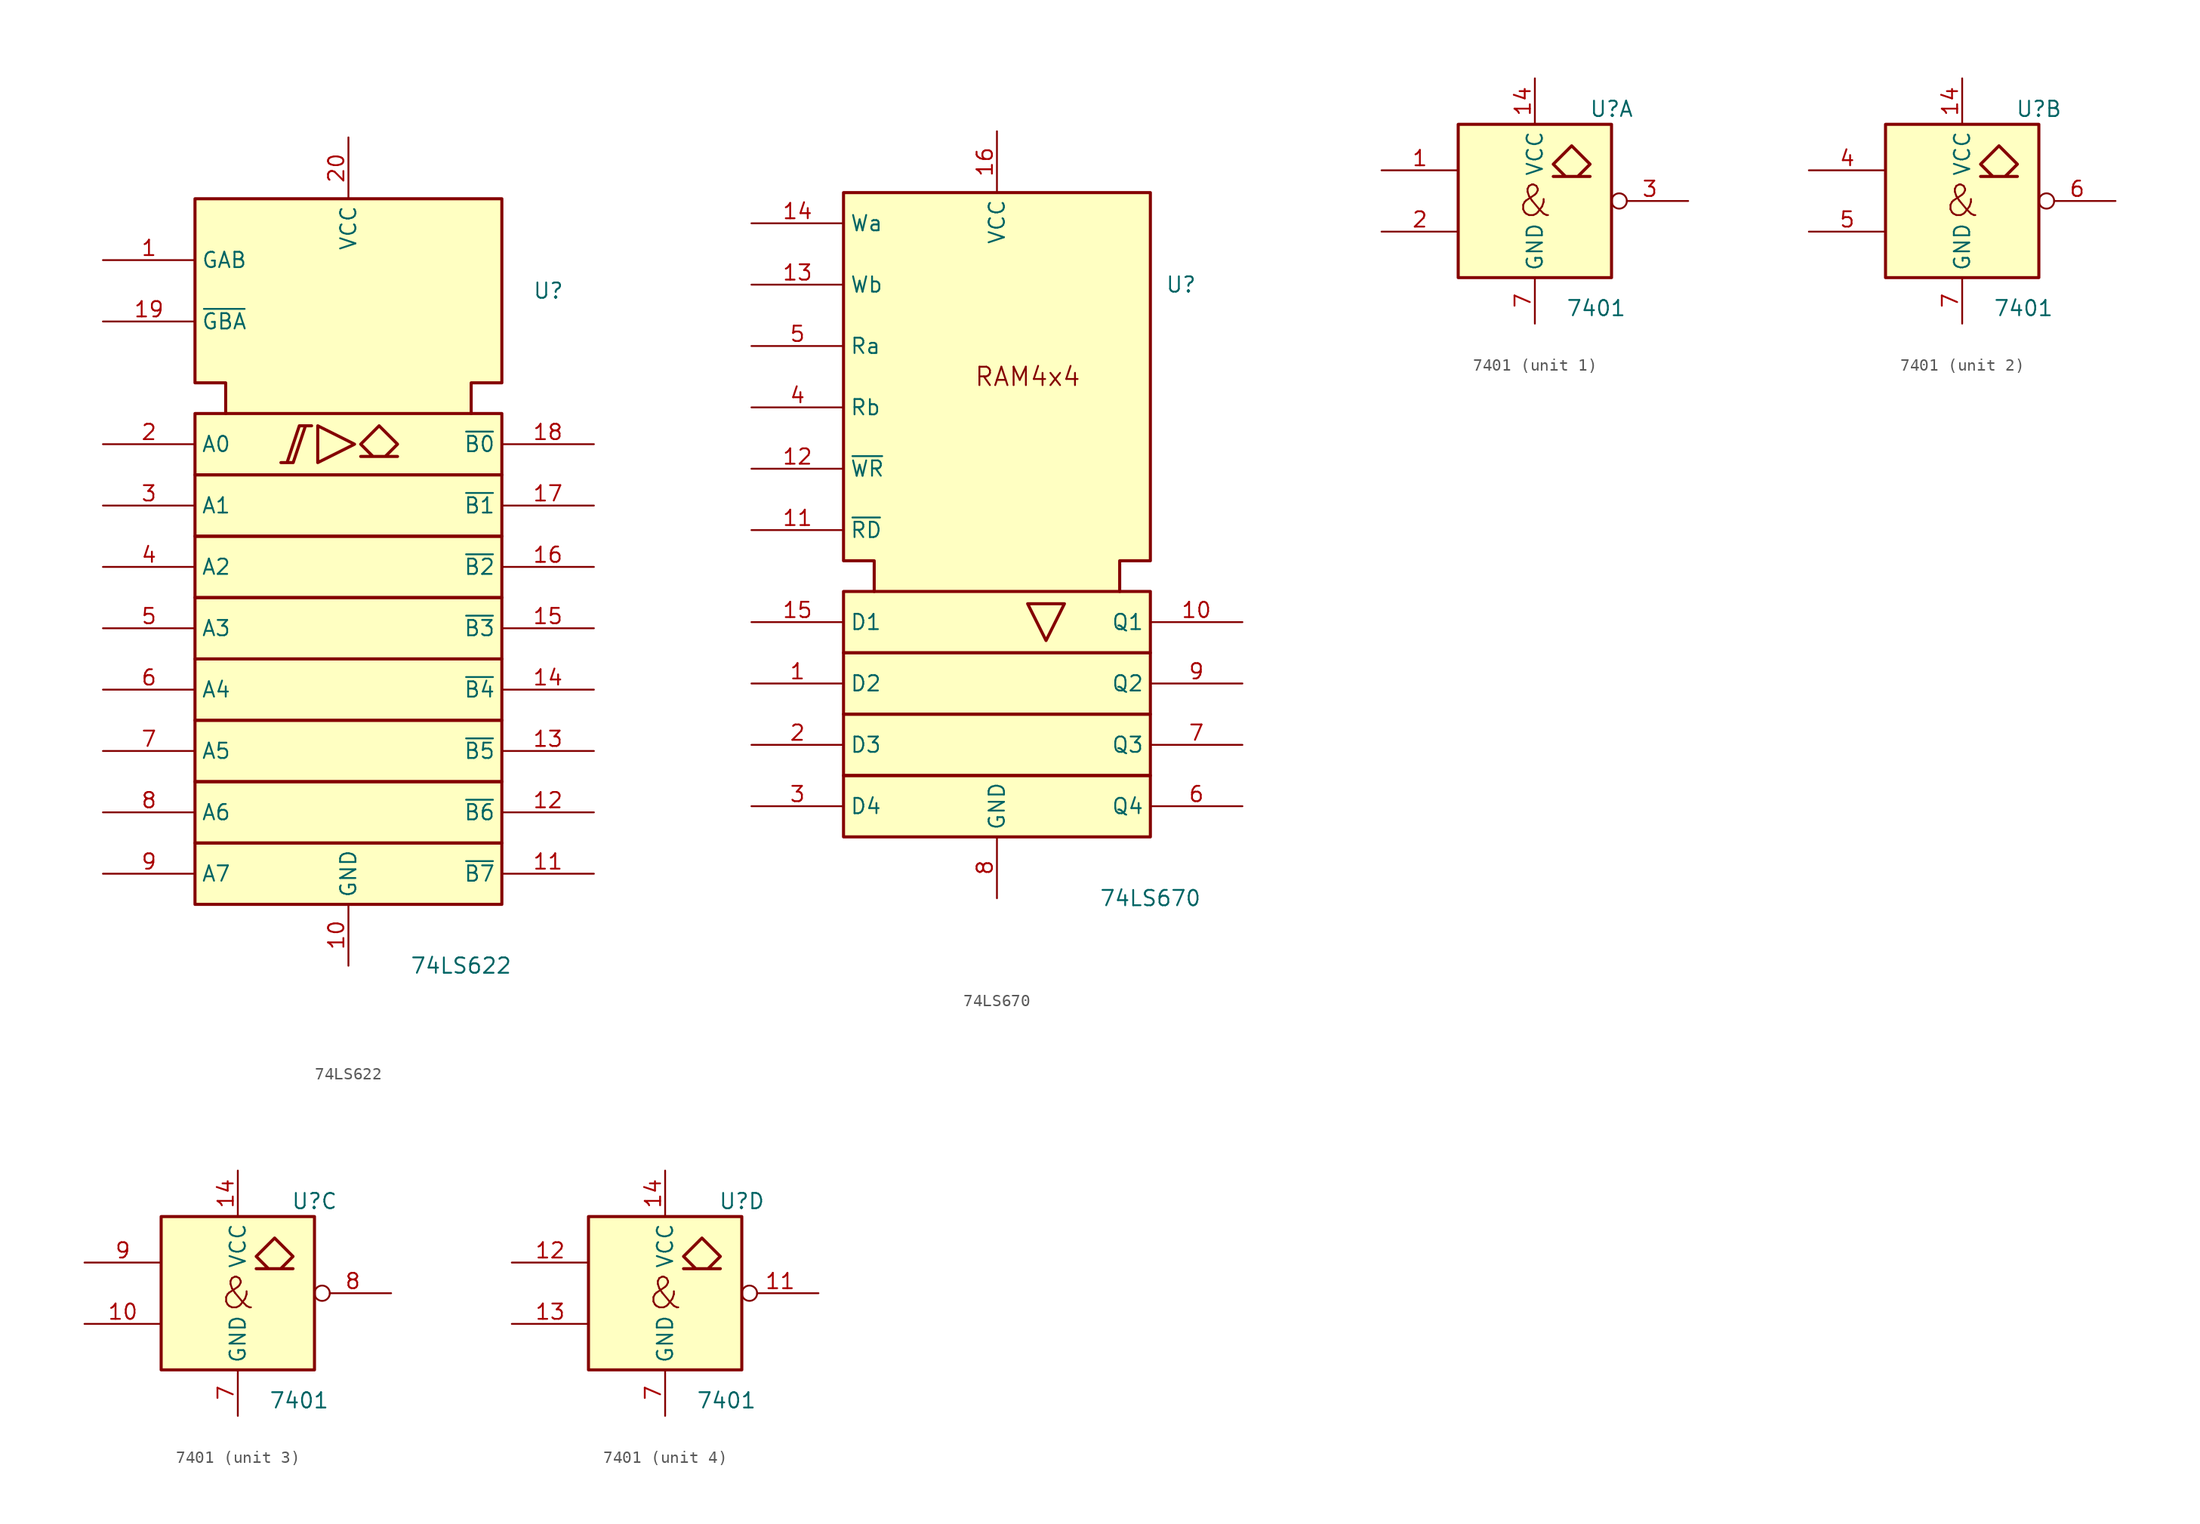
<source format=kicad_sym>
(kicad_symbol_lib
  (version 20220914)
  (generator kicad_symbol_editor)
  (symbol "74LS622"
    (property "Reference" "U"
      (at 15.24 25.4 0)
      (effects (font (size 1.27 1.27)) (justify left)))
    (property "Value" "74LS622"
      (at 5.08 -30.48 0)
      (effects (font (size 1.27 1.27)) (justify left)))
    (symbol "74LS622_0_0"
      (polyline (pts (xy -2.54 14.224) (xy -2.54 11.176) (xy 0.508 12.7) (xy -2.54 14.224) (xy -2.54 14.224)) (stroke (width 0.254) (type default)) (fill (type background)))
      (polyline (pts (xy -4.572 11.176) (xy -5.588 11.176) (xy -4.572 11.176) (xy -3.556 14.224) (xy -3.048 14.224) (xy -4.064 14.224) (xy -5.08 11.176) (xy -5.08 11.176)) (stroke (width 0.254) (type default)) (fill (type background)))
      (polyline (pts (xy 2.54 14.224) (xy 4.064 12.7) (xy 3.048 11.684) (xy 4.064 11.684) (xy 1.016 11.684) (xy 2.032 11.684) (xy 1.016 12.7) (xy 2.54 14.224) (xy 2.54 14.224)) (stroke (width 0.254) (type default)) (fill (type background)))
      (pin power_in line (at 0 -30.48 90) (length 5.08) (name "GND" (effects (font (size 1.27 1.27)))) (number "10" (effects (font (size 1.27 1.27)))))
      (pin power_in line (at 0 38.1 270) (length 5.08) (name "VCC" (effects (font (size 1.27 1.27)))) (number "20" (effects (font (size 1.27 1.27))))))
    (symbol "74LS622_0_1"
      (rectangle (start -12.7 -20.32) (end 12.7 -25.4) (stroke (width 0.254) (type default)) (fill (type background)))
      (rectangle (start -12.7 -15.24) (end 12.7 -20.32) (stroke (width 0.254) (type default)) (fill (type background)))
      (rectangle (start -12.7 -10.16) (end 12.7 -15.24) (stroke (width 0.254) (type default)) (fill (type background)))
      (rectangle (start -12.7 -5.08) (end 12.7 -10.16) (stroke (width 0.254) (type default)) (fill (type background)))
      (rectangle (start -12.7 0) (end 12.7 -5.08) (stroke (width 0.254) (type default)) (fill (type background)))
      (rectangle (start -12.7 5.08) (end 12.7 0) (stroke (width 0.254) (type default)) (fill (type background)))
      (rectangle (start -12.7 10.16) (end 12.7 5.08) (stroke (width 0.254) (type default)) (fill (type background)))
      (rectangle (start -12.7 15.24) (end 12.7 10.16) (stroke (width 0.254) (type default)) (fill (type background)))
      (polyline (pts (xy -10.16 15.24) (xy -10.16 17.78) (xy -12.7 17.78) (xy -12.7 33.02) (xy 12.7 33.02) (xy 12.7 17.78) (xy 10.16 17.78) (xy 10.16 15.24) (xy 10.16 15.24)) (stroke (width 0.254) (type default)) (fill (type background))))
    (symbol "74LS622_1_1"
      (pin input line (at -20.32 27.94 0) (length 7.62) (name "GAB" (effects (font (size 1.27 1.27)))) (number "1" (effects (font (size 1.27 1.27)))))
      (pin tri_state line (at 20.32 -22.86 180) (length 7.62) (name "~{B7}" (effects (font (size 1.27 1.27)))) (number "11" (effects (font (size 1.27 1.27)))))
      (pin tri_state line (at 20.32 -17.78 180) (length 7.62) (name "~{B6}" (effects (font (size 1.27 1.27)))) (number "12" (effects (font (size 1.27 1.27)))))
      (pin tri_state line (at 20.32 -12.7 180) (length 7.62) (name "~{B5}" (effects (font (size 1.27 1.27)))) (number "13" (effects (font (size 1.27 1.27)))))
      (pin tri_state line (at 20.32 -7.62 180) (length 7.62) (name "~{B4}" (effects (font (size 1.27 1.27)))) (number "14" (effects (font (size 1.27 1.27)))))
      (pin tri_state line (at 20.32 -2.54 180) (length 7.62) (name "~{B3}" (effects (font (size 1.27 1.27)))) (number "15" (effects (font (size 1.27 1.27)))))
      (pin tri_state line (at 20.32 2.54 180) (length 7.62) (name "~{B2}" (effects (font (size 1.27 1.27)))) (number "16" (effects (font (size 1.27 1.27)))))
      (pin tri_state line (at 20.32 7.62 180) (length 7.62) (name "~{B1}" (effects (font (size 1.27 1.27)))) (number "17" (effects (font (size 1.27 1.27)))))
      (pin tri_state line (at 20.32 12.7 180) (length 7.62) (name "~{B0}" (effects (font (size 1.27 1.27)))) (number "18" (effects (font (size 1.27 1.27)))))
      (pin input line (at -20.32 22.86 0) (length 7.62) (name "~{GBA}" (effects (font (size 1.27 1.27)))) (number "19" (effects (font (size 1.27 1.27)))))
      (pin tri_state line (at -20.32 12.7 0) (length 7.62) (name "A0" (effects (font (size 1.27 1.27)))) (number "2" (effects (font (size 1.27 1.27)))))
      (pin tri_state line (at -20.32 7.62 0) (length 7.62) (name "A1" (effects (font (size 1.27 1.27)))) (number "3" (effects (font (size 1.27 1.27)))))
      (pin tri_state line (at -20.32 2.54 0) (length 7.62) (name "A2" (effects (font (size 1.27 1.27)))) (number "4" (effects (font (size 1.27 1.27)))))
      (pin tri_state line (at -20.32 -2.54 0) (length 7.62) (name "A3" (effects (font (size 1.27 1.27)))) (number "5" (effects (font (size 1.27 1.27)))))
      (pin tri_state line (at -20.32 -7.62 0) (length 7.62) (name "A4" (effects (font (size 1.27 1.27)))) (number "6" (effects (font (size 1.27 1.27)))))
      (pin tri_state line (at -20.32 -12.7 0) (length 7.62) (name "A5" (effects (font (size 1.27 1.27)))) (number "7" (effects (font (size 1.27 1.27)))))
      (pin tri_state line (at -20.32 -17.78 0) (length 7.62) (name "A6" (effects (font (size 1.27 1.27)))) (number "8" (effects (font (size 1.27 1.27)))))
      (pin tri_state line (at -20.32 -22.86 0) (length 7.62) (name "A7" (effects (font (size 1.27 1.27)))) (number "9" (effects (font (size 1.27 1.27)))))))
  (symbol "74LS670"
    (property "Reference" "U"
      (at 15.24 20.32 0)
      (effects (font (size 1.27 1.27))))
    (property "Value" "74LS670"
      (at 12.7 -30.48 0)
      (effects (font (size 1.27 1.27))))
    (symbol "74LS670_0_0"
      (rectangle (start -12.7 -20.32) (end 12.7 -25.4) (stroke (width 0.254) (type default)) (fill (type background)))
      (rectangle (start -12.7 -15.24) (end 12.7 -20.32) (stroke (width 0.254) (type default)) (fill (type background)))
      (rectangle (start -12.7 -10.16) (end 12.7 -15.24) (stroke (width 0.254) (type default)) (fill (type background)))
      (polyline (pts (xy 5.588 -6.096) (xy 2.54 -6.096) (xy 4.064 -9.144) (xy 5.588 -6.096) (xy 5.588 -6.096)) (stroke (width 0.254) (type default)) (fill (type background)))
      (polyline (pts (xy -10.16 -5.08) (xy -10.16 -2.54) (xy -12.7 -2.54) (xy -12.7 27.94) (xy 12.7 27.94) (xy 12.7 -2.54) (xy 10.16 -2.54) (xy 10.16 -5.08) (xy 10.16 -5.08)) (stroke (width 0.254) (type default)) (fill (type background)))
      (text "RAM4x4" (at 2.54 12.7 0) (effects (font (size 1.524 1.524))))
      (pin power_in line (at 0 33.02 270) (length 5.08) (name "VCC" (effects (font (size 1.27 1.27)))) (number "16" (effects (font (size 1.27 1.27)))))
      (pin power_in line (at 0 -30.48 90) (length 5.08) (name "GND" (effects (font (size 1.27 1.27)))) (number "8" (effects (font (size 1.27 1.27))))))
    (symbol "74LS670_0_1"
      (rectangle (start -12.7 -5.08) (end 12.7 -10.16) (stroke (width 0.254) (type default)) (fill (type background))))
    (symbol "74LS670_1_1"
      (pin input line (at -20.32 -12.7 0) (length 7.62) (name "D2" (effects (font (size 1.27 1.27)))) (number "1" (effects (font (size 1.27 1.27)))))
      (pin tri_state line (at 20.32 -7.62 180) (length 7.62) (name "Q1" (effects (font (size 1.27 1.27)))) (number "10" (effects (font (size 1.27 1.27)))))
      (pin input line (at -20.32 0 0) (length 7.62) (name "~{RD}" (effects (font (size 1.27 1.27)))) (number "11" (effects (font (size 1.27 1.27)))))
      (pin input line (at -20.32 5.08 0) (length 7.62) (name "~{WR}" (effects (font (size 1.27 1.27)))) (number "12" (effects (font (size 1.27 1.27)))))
      (pin input line (at -20.32 20.32 0) (length 7.62) (name "Wb" (effects (font (size 1.27 1.27)))) (number "13" (effects (font (size 1.27 1.27)))))
      (pin input line (at -20.32 25.4 0) (length 7.62) (name "Wa" (effects (font (size 1.27 1.27)))) (number "14" (effects (font (size 1.27 1.27)))))
      (pin input line (at -20.32 -7.62 0) (length 7.62) (name "D1" (effects (font (size 1.27 1.27)))) (number "15" (effects (font (size 1.27 1.27)))))
      (pin input line (at -20.32 -17.78 0) (length 7.62) (name "D3" (effects (font (size 1.27 1.27)))) (number "2" (effects (font (size 1.27 1.27)))))
      (pin input line (at -20.32 -22.86 0) (length 7.62) (name "D4" (effects (font (size 1.27 1.27)))) (number "3" (effects (font (size 1.27 1.27)))))
      (pin input line (at -20.32 10.16 0) (length 7.62) (name "Rb" (effects (font (size 1.27 1.27)))) (number "4" (effects (font (size 1.27 1.27)))))
      (pin input line (at -20.32 15.24 0) (length 7.62) (name "Ra" (effects (font (size 1.27 1.27)))) (number "5" (effects (font (size 1.27 1.27)))))
      (pin tri_state line (at 20.32 -22.86 180) (length 7.62) (name "Q4" (effects (font (size 1.27 1.27)))) (number "6" (effects (font (size 1.27 1.27)))))
      (pin tri_state line (at 20.32 -17.78 180) (length 7.62) (name "Q3" (effects (font (size 1.27 1.27)))) (number "7" (effects (font (size 1.27 1.27)))))
      (pin tri_state line (at 20.32 -12.7 180) (length 7.62) (name "Q2" (effects (font (size 1.27 1.27)))) (number "9" (effects (font (size 1.27 1.27)))))))
  (symbol "7401"
    (property "Reference" "U"
      (at 6.35 7.62 0)
      (effects (font (size 1.27 1.27))))
    (property "Value" "7401"
      (at 5.08 -8.89 0)
      (effects (font (size 1.27 1.27))))
    (symbol "7401_0_0"
      (polyline (pts (xy 2.54 2.032) (xy 1.524 3.048) (xy 3.048 4.572) (xy 4.572 3.048) (xy 3.556 2.032) (xy 4.572 2.032) (xy 1.524 2.032) (xy 1.524 2.032)) (stroke (width 0.254) (type default)) (fill (type background)))
      (text "&" (at 0 0 0) (effects (font (size 2.54 2.54)))))
    (symbol "7401_0_1"
      (rectangle (start -6.35 6.35) (end 6.35 -6.35) (stroke (width 0.254) (type default)) (fill (type background)))
      (pin power_in line (at 0 10.16 270) (length 3.81) (name "VCC" (effects (font (size 1.27 1.27)))) (number "14" (effects (font (size 1.27 1.27)))))
      (pin power_in line (at 0 -10.16 90) (length 3.81) (name "GND" (effects (font (size 1.27 1.27)))) (number "7" (effects (font (size 1.27 1.27))))))
    (symbol "7401_1_1"
      (pin input line (at -12.7 2.54 0) (length 6.35) (name "~" (effects (font (size 1.27 1.27)))) (number "1" (effects (font (size 1.27 1.27)))))
      (pin input line (at -12.7 -2.54 0) (length 6.35) (name "~" (effects (font (size 1.27 1.27)))) (number "2" (effects (font (size 1.27 1.27)))))
      (pin open_collector inverted (at 12.7 0 180) (length 6.35) (name "~" (effects (font (size 1.27 1.27)))) (number "3" (effects (font (size 1.27 1.27))))))
    (symbol "7401_2_1"
      (pin input line (at -12.7 2.54 0) (length 6.35) (name "~" (effects (font (size 1.27 1.27)))) (number "4" (effects (font (size 1.27 1.27)))))
      (pin input line (at -12.7 -2.54 0) (length 6.35) (name "~" (effects (font (size 1.27 1.27)))) (number "5" (effects (font (size 1.27 1.27)))))
      (pin open_collector inverted (at 12.7 0 180) (length 6.35) (name "~" (effects (font (size 1.27 1.27)))) (number "6" (effects (font (size 1.27 1.27))))))
    (symbol "7401_3_1"
      (pin input line (at -12.7 -2.54 0) (length 6.35) (name "~" (effects (font (size 1.27 1.27)))) (number "10" (effects (font (size 1.27 1.27)))))
      (pin open_collector inverted (at 12.7 0 180) (length 6.35) (name "~" (effects (font (size 1.27 1.27)))) (number "8" (effects (font (size 1.27 1.27)))))
      (pin input line (at -12.7 2.54 0) (length 6.35) (name "~" (effects (font (size 1.27 1.27)))) (number "9" (effects (font (size 1.27 1.27))))))
    (symbol "7401_4_1"
      (pin open_collector inverted (at 12.7 0 180) (length 6.35) (name "~" (effects (font (size 1.27 1.27)))) (number "11" (effects (font (size 1.27 1.27)))))
      (pin input line (at -12.7 2.54 0) (length 6.35) (name "~" (effects (font (size 1.27 1.27)))) (number "12" (effects (font (size 1.27 1.27)))))
      (pin input line (at -12.7 -2.54 0) (length 6.35) (name "~" (effects (font (size 1.27 1.27)))) (number "13" (effects (font (size 1.27 1.27))))))))
</source>
